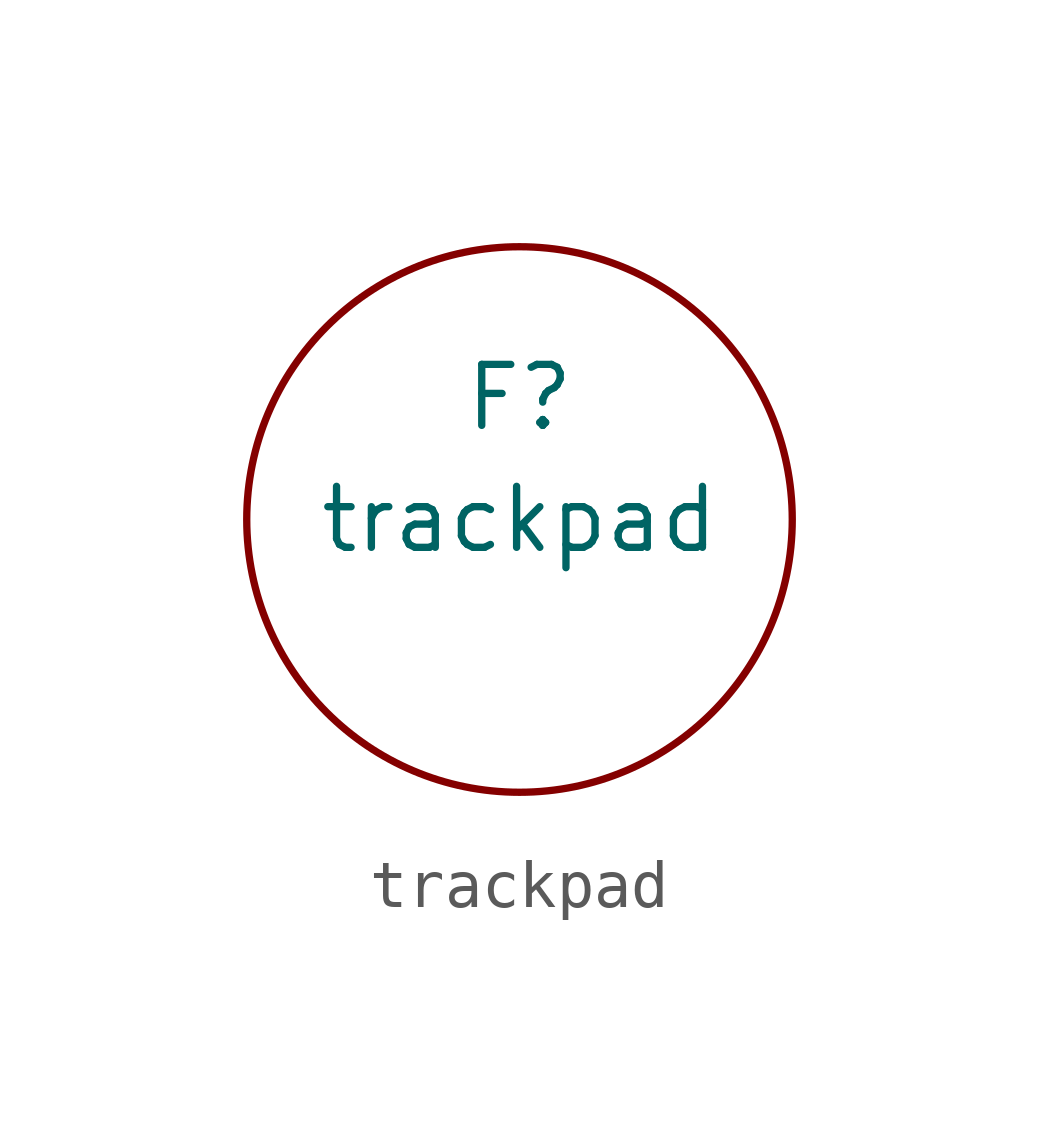
<source format=kicad_sym>
(kicad_symbol_lib
  (version 20211014)
  (generator kicad_symbol_editor)
  (symbol "trackpad"
    (property "Reference" "F"
      (at 0 2.54 0)
      (effects (font (size 1.27 1.27))))
    (property "Value" "trackpad"
      (at 0 0 0)
      (effects (font (size 1.27 1.27))))
    (symbol "trackpad_0_1"
      (circle (center 0 0) (radius 5.68) (stroke (width 0) (type default) (color 0 0 0 0)) (fill (type none))))))
</source>
